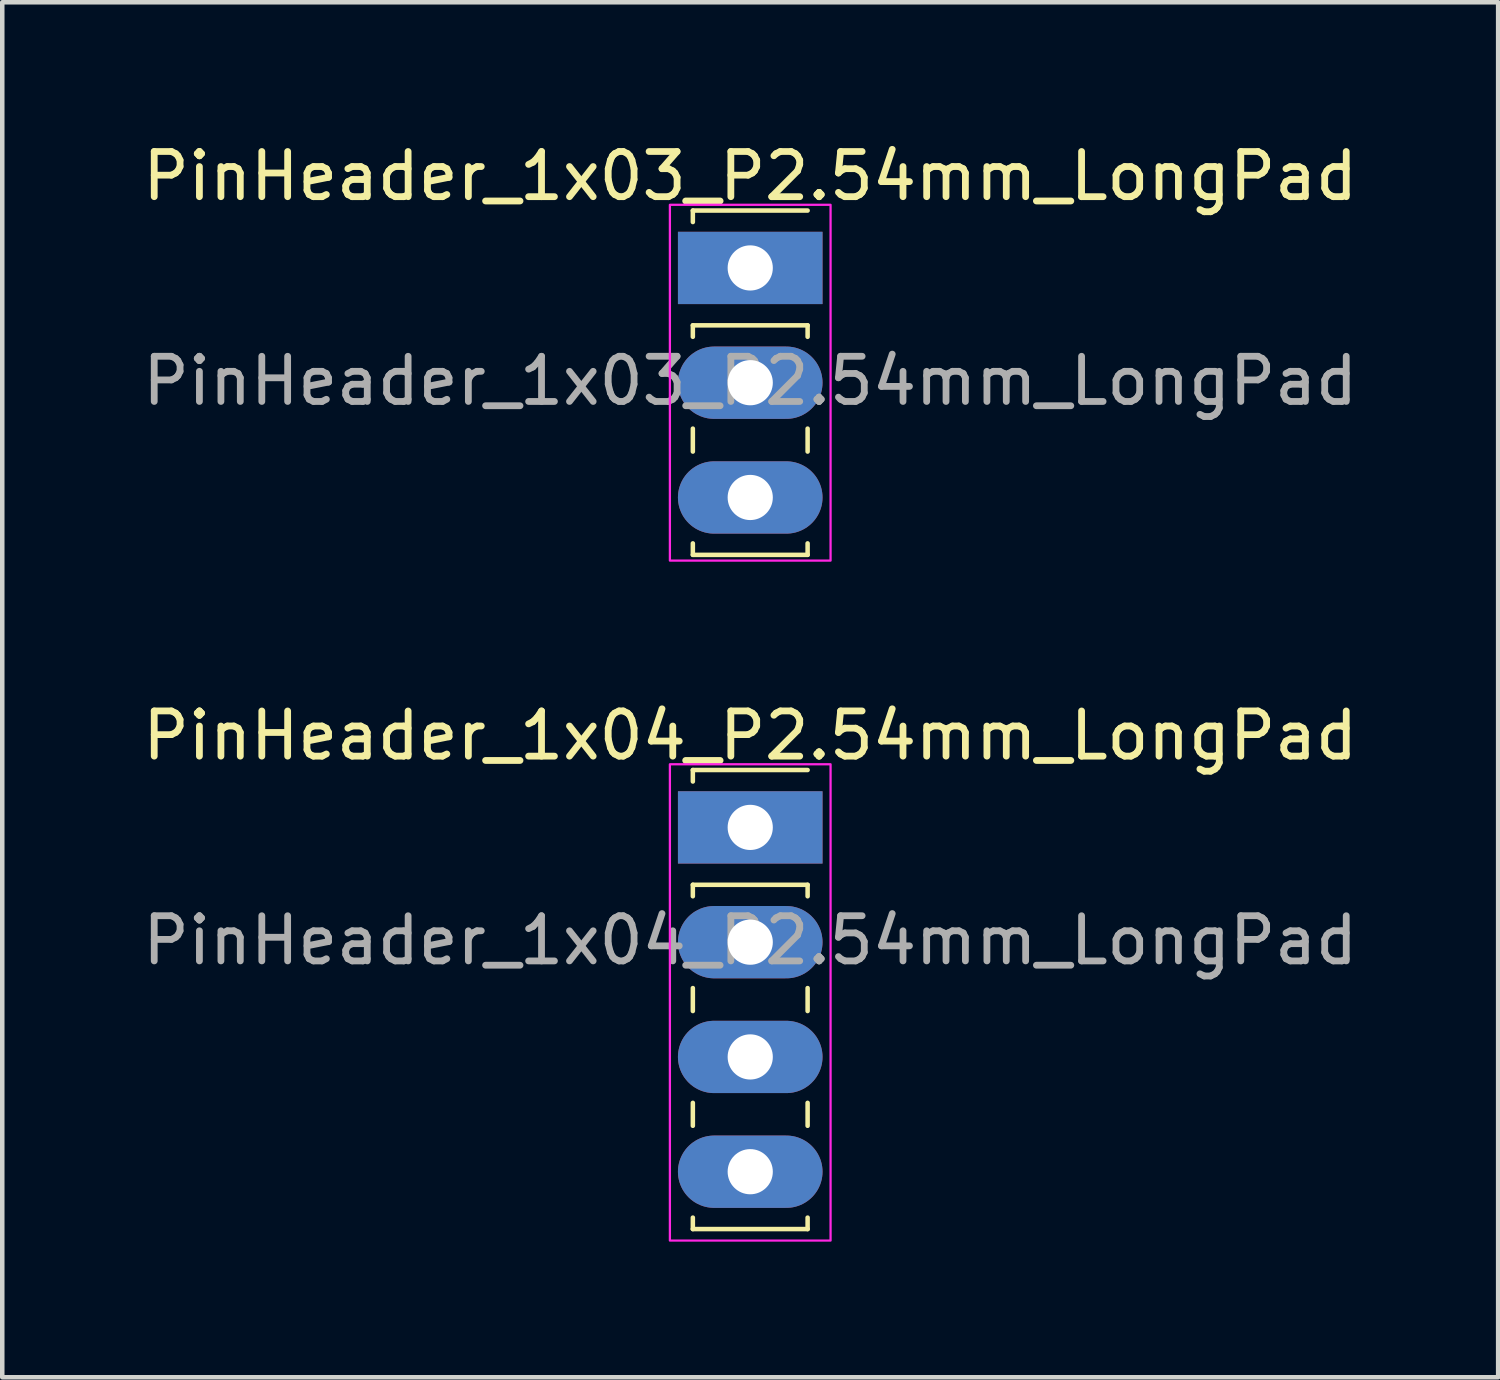
<source format=kicad_pcb>
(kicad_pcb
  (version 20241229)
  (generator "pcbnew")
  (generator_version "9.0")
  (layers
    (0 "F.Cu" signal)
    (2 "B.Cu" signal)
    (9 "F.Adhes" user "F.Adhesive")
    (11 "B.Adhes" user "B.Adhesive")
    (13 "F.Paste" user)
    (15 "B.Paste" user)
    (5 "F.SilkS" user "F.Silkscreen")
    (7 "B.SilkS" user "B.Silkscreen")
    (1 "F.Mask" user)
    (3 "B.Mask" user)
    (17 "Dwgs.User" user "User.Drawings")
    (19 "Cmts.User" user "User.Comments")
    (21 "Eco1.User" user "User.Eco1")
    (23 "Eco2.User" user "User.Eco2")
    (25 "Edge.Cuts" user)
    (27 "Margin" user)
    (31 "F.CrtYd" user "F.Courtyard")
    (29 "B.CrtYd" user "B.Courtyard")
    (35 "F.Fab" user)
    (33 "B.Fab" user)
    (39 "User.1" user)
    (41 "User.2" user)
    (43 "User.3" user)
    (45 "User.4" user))
  (footprint "PinHeader_1x03_P2.54mm_LongPad"
    (layer "F.Cu")
    (at 13.554 2.88)
    (property "Reference" "PinHeader_1x03_P2.54mm_LongPad" (at 0 -2.032 0) (unlocked yes) (layer "F.SilkS") (effects (font (size 1 1) (thickness 0.15))))
    (attr through_hole)
    (fp_line (start -1.27 -1.27) (end -1.27 -1.016) (stroke (width 0.1) (type default)) (layer "F.SilkS"))
    (fp_line (start -1.27 -1.27) (end 1.27 -1.27) (stroke (width 0.1) (type default)) (layer "F.SilkS"))
    (fp_line (start -1.27 1.27) (end -1.27 1.524) (stroke (width 0.1) (type default)) (layer "F.SilkS"))
    (fp_line (start -1.27 1.27) (end 1.27 1.27) (stroke (width 0.1) (type default)) (layer "F.SilkS"))
    (fp_line (start -1.27 3.556) (end -1.27 4.064) (stroke (width 0.1) (type default)) (layer "F.SilkS"))
    (fp_line (start -1.27 6.096) (end -1.27 6.35) (stroke (width 0.1) (type default)) (layer "F.SilkS"))
    (fp_line (start -1.27 6.35) (end 1.27 6.35) (stroke (width 0.1) (type default)) (layer "F.SilkS"))
    (fp_line (start 1.27 1.27) (end 1.27 1.524) (stroke (width 0.1) (type default)) (layer "F.SilkS"))
    (fp_line (start 1.27 4.064) (end 1.27 3.556) (stroke (width 0.1) (type default)) (layer "F.SilkS"))
    (fp_line (start 1.27 6.35) (end 1.27 6.096) (stroke (width 0.1) (type default)) (layer "F.SilkS"))
    (fp_rect (start -1.778 -1.397) (end 1.778 6.477) (stroke (width 0.05) (type default)) (fill no) (layer "F.CrtYd"))
    (fp_text user "${REFERENCE}" (at 0 2.5 0) (unlocked yes) (layer "F.Fab") (effects (font (size 1 1) (thickness 0.15))))
    (pad "1" thru_hole rect (at 0 0) (size 3.2 1.6) (drill 1) (layers "*.Cu" "*.Mask"))
    (pad "2" thru_hole oval (at 0 2.54) (size 3.2 1.6) (drill 1) (layers "*.Cu" "*.Mask"))
    (pad "3" thru_hole oval (at 0 5.08) (size 3.2 1.6) (drill 1) (layers "*.Cu" "*.Mask")))
  (footprint "PinHeader_1x04_P2.54mm_LongPad"
    (layer "F.Cu")
    (at 13.554 15.262)
    (property "Reference" "PinHeader_1x04_P2.54mm_LongPad" (at 0 -2.032 0) (unlocked yes) (layer "F.SilkS") (effects (font (size 1 1) (thickness 0.15))))
    (attr through_hole)
    (fp_line (start -1.27 -1.27) (end -1.27 -1.016) (stroke (width 0.1) (type default)) (layer "F.SilkS"))
    (fp_line (start -1.27 -1.27) (end 1.27 -1.27) (stroke (width 0.1) (type default)) (layer "F.SilkS"))
    (fp_line (start -1.27 1.27) (end -1.27 1.524) (stroke (width 0.1) (type default)) (layer "F.SilkS"))
    (fp_line (start -1.27 1.27) (end 1.27 1.27) (stroke (width 0.1) (type default)) (layer "F.SilkS"))
    (fp_line (start -1.27 3.556) (end -1.27 4.064) (stroke (width 0.1) (type default)) (layer "F.SilkS"))
    (fp_line (start -1.27 6.096) (end -1.27 6.604) (stroke (width 0.1) (type default)) (layer "F.SilkS"))
    (fp_line (start -1.27 8.636) (end -1.27 8.89) (stroke (width 0.1) (type default)) (layer "F.SilkS"))
    (fp_line (start -1.27 8.89) (end 1.27 8.89) (stroke (width 0.1) (type default)) (layer "F.SilkS"))
    (fp_line (start 1.27 1.27) (end 1.27 1.524) (stroke (width 0.1) (type default)) (layer "F.SilkS"))
    (fp_line (start 1.27 4.064) (end 1.27 3.556) (stroke (width 0.1) (type default)) (layer "F.SilkS"))
    (fp_line (start 1.27 6.604) (end 1.27 6.096) (stroke (width 0.1) (type default)) (layer "F.SilkS"))
    (fp_line (start 1.27 8.89) (end 1.27 8.636) (stroke (width 0.1) (type default)) (layer "F.SilkS"))
    (fp_rect (start -1.778 -1.397) (end 1.778 9.144) (stroke (width 0.05) (type default)) (fill no) (layer "F.CrtYd"))
    (fp_text user "${REFERENCE}" (at 0 2.5 0) (unlocked yes) (layer "F.Fab") (effects (font (size 1 1) (thickness 0.15))))
    (pad "1" thru_hole rect (at 0 0) (size 3.2 1.6) (drill 1) (layers "*.Cu" "*.Mask"))
    (pad "2" thru_hole oval (at 0 2.54) (size 3.2 1.6) (drill 1) (layers "*.Cu" "*.Mask"))
    (pad "3" thru_hole oval (at 0 5.08) (size 3.2 1.6) (drill 1) (layers "*.Cu" "*.Mask"))
    (pad "4" thru_hole oval (at 0 7.62) (size 3.2 1.6) (drill 1) (layers "*.Cu" "*.Mask")))
  (gr_rect
    (start -3 -3)
    (end 30.107 27.431)
    (stroke (width 0.1) (type default))
    (fill no)
    (layer "Edge.Cuts")))
</source>
